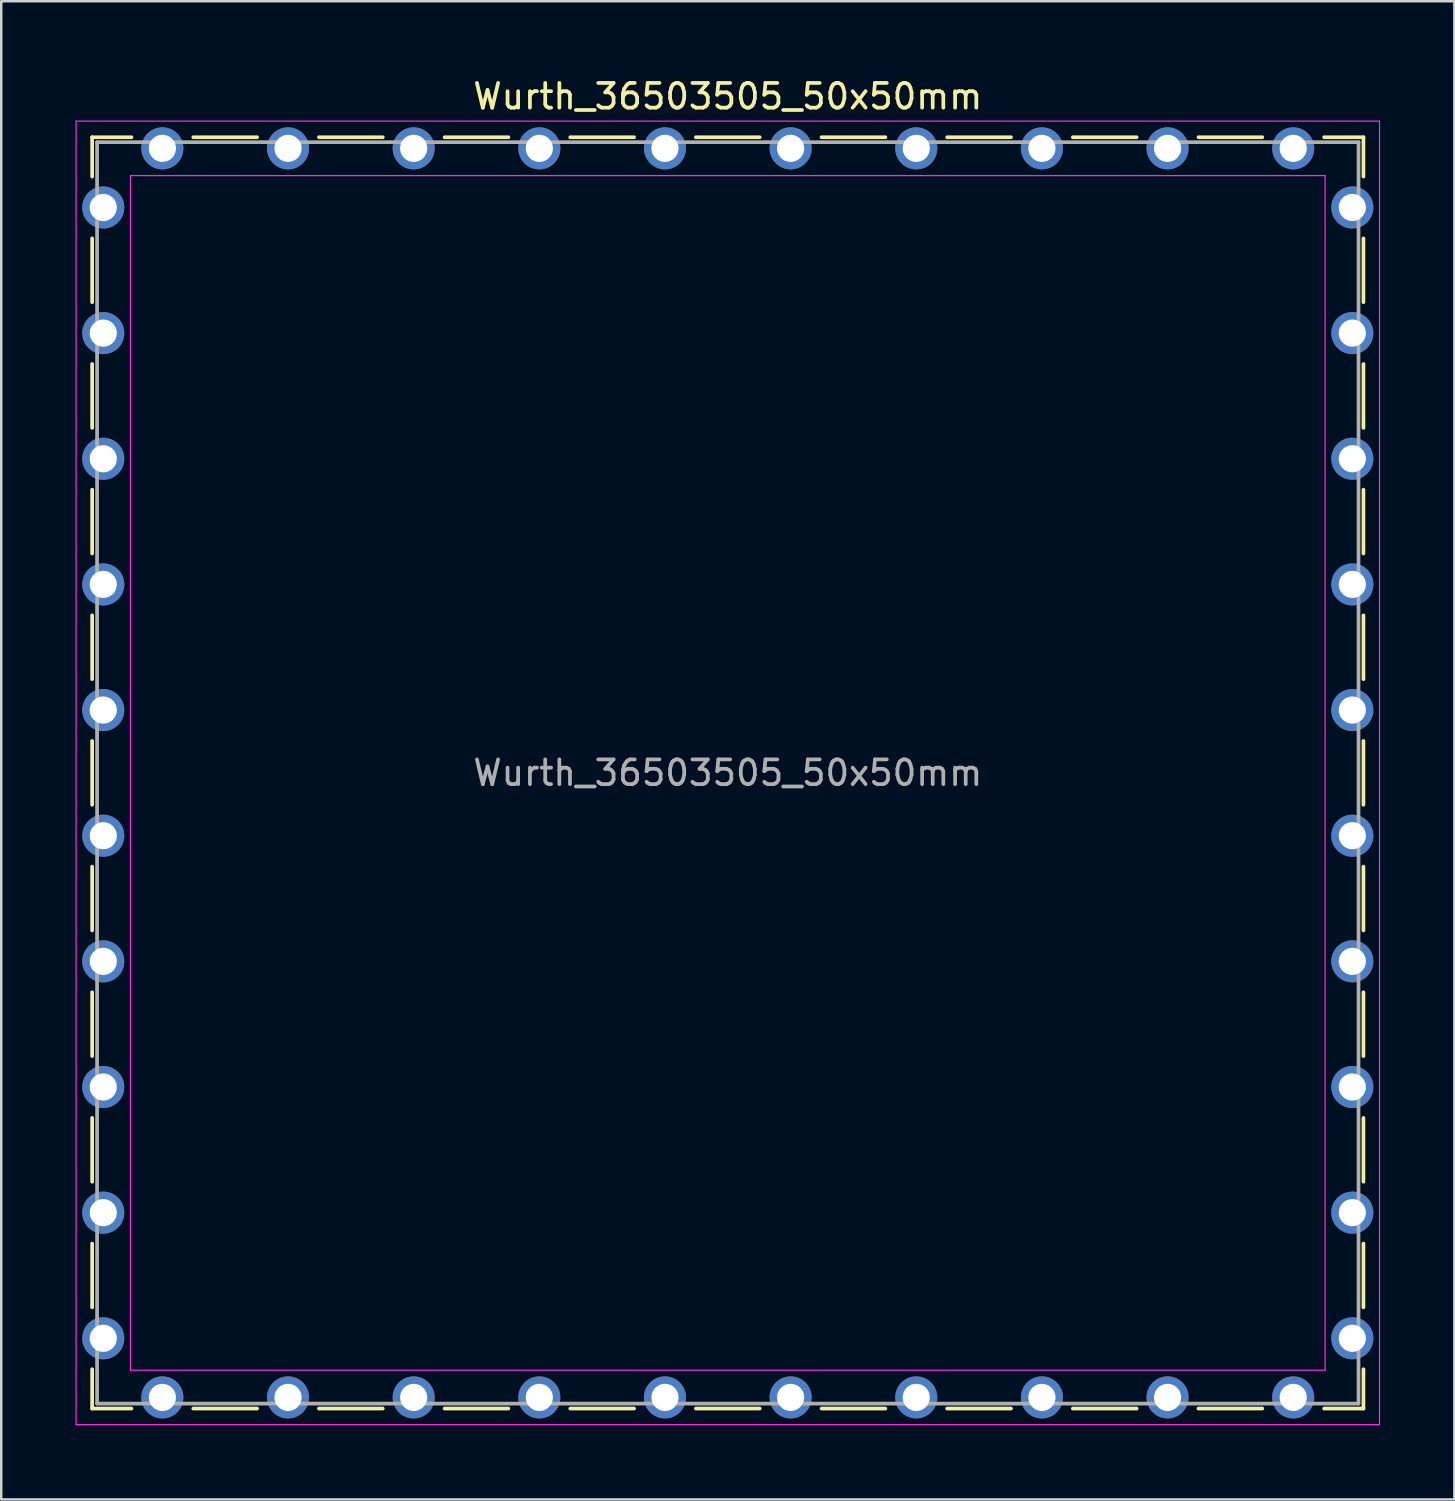
<source format=kicad_pcb>
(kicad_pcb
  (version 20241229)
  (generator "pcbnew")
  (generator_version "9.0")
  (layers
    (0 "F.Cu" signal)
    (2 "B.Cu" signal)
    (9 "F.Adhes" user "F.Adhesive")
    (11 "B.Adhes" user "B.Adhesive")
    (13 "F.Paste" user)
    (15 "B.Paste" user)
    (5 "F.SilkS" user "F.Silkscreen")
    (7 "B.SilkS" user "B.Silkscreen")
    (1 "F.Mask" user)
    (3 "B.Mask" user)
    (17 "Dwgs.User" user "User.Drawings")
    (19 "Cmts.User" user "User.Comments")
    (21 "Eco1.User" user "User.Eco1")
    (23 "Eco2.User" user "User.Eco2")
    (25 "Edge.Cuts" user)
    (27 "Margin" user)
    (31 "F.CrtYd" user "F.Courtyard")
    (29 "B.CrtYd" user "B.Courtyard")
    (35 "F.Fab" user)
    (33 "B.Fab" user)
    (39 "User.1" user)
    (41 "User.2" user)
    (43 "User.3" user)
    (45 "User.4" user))
  (footprint "Wurth_36503505_50x50mm"
    (layer "F.Cu")
    (at 26.375 28.198)
    (property "Reference" "Wurth_36503505_50x50mm" (at 0 -27.35 0) (layer "F.SilkS") (effects (font (size 1 1) (thickness 0.15))))
    (attr through_hole)
    (fp_line (start -25.7 -25.7) (end -24.11 -25.7) (stroke (width 0.15) (type solid)) (layer "F.SilkS"))
    (fp_line (start -25.7 -24.11) (end -25.7 -25.7) (stroke (width 0.15) (type solid)) (layer "F.SilkS"))
    (fp_line (start -25.7 -19.03) (end -25.7 -21.61) (stroke (width 0.15) (type solid)) (layer "F.SilkS"))
    (fp_line (start -25.7 -13.95) (end -25.7 -16.53) (stroke (width 0.15) (type solid)) (layer "F.SilkS"))
    (fp_line (start -25.7 -8.87) (end -25.7 -11.45) (stroke (width 0.15) (type solid)) (layer "F.SilkS"))
    (fp_line (start -25.7 -3.79) (end -25.7 -6.37) (stroke (width 0.15) (type solid)) (layer "F.SilkS"))
    (fp_line (start -25.7 -1.29) (end -25.7 1.29) (stroke (width 0.15) (type solid)) (layer "F.SilkS"))
    (fp_line (start -25.7 3.79) (end -25.7 6.37) (stroke (width 0.15) (type solid)) (layer "F.SilkS"))
    (fp_line (start -25.7 8.87) (end -25.7 11.45) (stroke (width 0.15) (type solid)) (layer "F.SilkS"))
    (fp_line (start -25.7 13.95) (end -25.7 16.53) (stroke (width 0.15) (type solid)) (layer "F.SilkS"))
    (fp_line (start -25.7 19.03) (end -25.7 21.61) (stroke (width 0.15) (type solid)) (layer "F.SilkS"))
    (fp_line (start -25.7 24.11) (end -25.7 25.7) (stroke (width 0.15) (type solid)) (layer "F.SilkS"))
    (fp_line (start -25.7 25.7) (end -24.11 25.7) (stroke (width 0.15) (type solid)) (layer "F.SilkS"))
    (fp_line (start -19.03 -25.7) (end -21.61 -25.7) (stroke (width 0.15) (type solid)) (layer "F.SilkS"))
    (fp_line (start -19.03 25.7) (end -21.61 25.7) (stroke (width 0.15) (type solid)) (layer "F.SilkS"))
    (fp_line (start -13.95 -25.7) (end -16.53 -25.7) (stroke (width 0.15) (type solid)) (layer "F.SilkS"))
    (fp_line (start -13.95 25.7) (end -16.53 25.7) (stroke (width 0.15) (type solid)) (layer "F.SilkS"))
    (fp_line (start -8.87 -25.7) (end -11.45 -25.7) (stroke (width 0.15) (type solid)) (layer "F.SilkS"))
    (fp_line (start -8.87 25.7) (end -11.45 25.7) (stroke (width 0.15) (type solid)) (layer "F.SilkS"))
    (fp_line (start -3.79 -25.7) (end -6.37 -25.7) (stroke (width 0.15) (type solid)) (layer "F.SilkS"))
    (fp_line (start -3.79 25.7) (end -6.37 25.7) (stroke (width 0.15) (type solid)) (layer "F.SilkS"))
    (fp_line (start 1.29 -25.7) (end -1.29 -25.7) (stroke (width 0.15) (type solid)) (layer "F.SilkS"))
    (fp_line (start 1.29 25.7) (end -1.29 25.7) (stroke (width 0.15) (type solid)) (layer "F.SilkS"))
    (fp_line (start 3.79 -25.7) (end 6.37 -25.7) (stroke (width 0.15) (type solid)) (layer "F.SilkS"))
    (fp_line (start 3.79 25.7) (end 6.37 25.7) (stroke (width 0.15) (type solid)) (layer "F.SilkS"))
    (fp_line (start 8.87 -25.7) (end 11.45 -25.7) (stroke (width 0.15) (type solid)) (layer "F.SilkS"))
    (fp_line (start 8.87 25.7) (end 11.45 25.7) (stroke (width 0.15) (type solid)) (layer "F.SilkS"))
    (fp_line (start 13.95 -25.7) (end 16.53 -25.7) (stroke (width 0.15) (type solid)) (layer "F.SilkS"))
    (fp_line (start 13.95 25.7) (end 16.53 25.7) (stroke (width 0.15) (type solid)) (layer "F.SilkS"))
    (fp_line (start 19.03 -25.7) (end 21.61 -25.7) (stroke (width 0.15) (type solid)) (layer "F.SilkS"))
    (fp_line (start 19.03 25.7) (end 21.61 25.7) (stroke (width 0.15) (type solid)) (layer "F.SilkS"))
    (fp_line (start 25.7 -25.7) (end 24.11 -25.7) (stroke (width 0.15) (type solid)) (layer "F.SilkS"))
    (fp_line (start 25.7 -24.11) (end 25.7 -25.7) (stroke (width 0.15) (type solid)) (layer "F.SilkS"))
    (fp_line (start 25.7 -19.03) (end 25.7 -21.61) (stroke (width 0.15) (type solid)) (layer "F.SilkS"))
    (fp_line (start 25.7 -13.95) (end 25.7 -16.53) (stroke (width 0.15) (type solid)) (layer "F.SilkS"))
    (fp_line (start 25.7 -8.87) (end 25.7 -11.45) (stroke (width 0.15) (type solid)) (layer "F.SilkS"))
    (fp_line (start 25.7 -3.79) (end 25.7 -6.37) (stroke (width 0.15) (type solid)) (layer "F.SilkS"))
    (fp_line (start 25.7 1.29) (end 25.7 -1.29) (stroke (width 0.15) (type solid)) (layer "F.SilkS"))
    (fp_line (start 25.7 3.79) (end 25.7 6.37) (stroke (width 0.15) (type solid)) (layer "F.SilkS"))
    (fp_line (start 25.7 8.87) (end 25.7 11.45) (stroke (width 0.15) (type solid)) (layer "F.SilkS"))
    (fp_line (start 25.7 13.95) (end 25.7 16.53) (stroke (width 0.15) (type solid)) (layer "F.SilkS"))
    (fp_line (start 25.7 19.03) (end 25.7 21.61) (stroke (width 0.15) (type solid)) (layer "F.SilkS"))
    (fp_line (start 25.7 24.11) (end 25.7 25.7) (stroke (width 0.15) (type solid)) (layer "F.SilkS"))
    (fp_line (start 25.7 25.7) (end 24.11 25.7) (stroke (width 0.15) (type solid)) (layer "F.SilkS"))
    (fp_line (start -26.35 -26.35) (end -26.35 26.35) (stroke (width 0.05) (type solid)) (layer "F.CrtYd"))
    (fp_line (start -26.35 26.35) (end 26.35 26.35) (stroke (width 0.05) (type solid)) (layer "F.CrtYd"))
    (fp_line (start -24.15 -24.15) (end -24.15 24.15) (stroke (width 0.05) (type solid)) (layer "F.CrtYd"))
    (fp_line (start -24.15 24.15) (end 24.15 24.15) (stroke (width 0.05) (type solid)) (layer "F.CrtYd"))
    (fp_line (start 24.15 -24.15) (end -24.15 -24.15) (stroke (width 0.05) (type solid)) (layer "F.CrtYd"))
    (fp_line (start 24.15 24.15) (end 24.15 -24.15) (stroke (width 0.05) (type solid)) (layer "F.CrtYd"))
    (fp_line (start 26.35 -26.35) (end -26.35 -26.35) (stroke (width 0.05) (type solid)) (layer "F.CrtYd"))
    (fp_line (start 26.35 26.35) (end 26.35 -26.35) (stroke (width 0.05) (type solid)) (layer "F.CrtYd"))
    (fp_line (start -25.5 -25.5) (end -25.5 25.5) (stroke (width 0.15) (type solid)) (layer "F.Fab"))
    (fp_line (start -25.5 25.5) (end 25.5 25.5) (stroke (width 0.15) (type solid)) (layer "F.Fab"))
    (fp_line (start 25.5 -25.5) (end -25.5 -25.5) (stroke (width 0.15) (type solid)) (layer "F.Fab"))
    (fp_line (start 25.5 25.5) (end 25.5 -25.5) (stroke (width 0.15) (type solid)) (layer "F.Fab"))
    (fp_text user "${REFERENCE}" (at 0 0 0) (layer "F.Fab") (effects (font (size 1 1) (thickness 0.15))))
    (pad "1" thru_hole circle (at -25.25 -22.86) (size 1.7 1.7) (drill 1.1) (layers "*.Cu" "*.Mask"))
    (pad "1" thru_hole circle (at -25.25 -17.78) (size 1.7 1.7) (drill 1.1) (layers "*.Cu" "*.Mask"))
    (pad "1" thru_hole circle (at -25.25 -12.7) (size 1.7 1.7) (drill 1.1) (layers "*.Cu" "*.Mask"))
    (pad "1" thru_hole circle (at -25.25 -7.62) (size 1.7 1.7) (drill 1.1) (layers "*.Cu" "*.Mask"))
    (pad "1" thru_hole circle (at -25.25 -2.54) (size 1.7 1.7) (drill 1.1) (layers "*.Cu" "*.Mask"))
    (pad "1" thru_hole circle (at -25.25 2.54) (size 1.7 1.7) (drill 1.1) (layers "*.Cu" "*.Mask"))
    (pad "1" thru_hole circle (at -25.25 7.62) (size 1.7 1.7) (drill 1.1) (layers "*.Cu" "*.Mask"))
    (pad "1" thru_hole circle (at -25.25 12.7) (size 1.7 1.7) (drill 1.1) (layers "*.Cu" "*.Mask"))
    (pad "1" thru_hole circle (at -25.25 17.78) (size 1.7 1.7) (drill 1.1) (layers "*.Cu" "*.Mask"))
    (pad "1" thru_hole circle (at -25.25 22.86) (size 1.7 1.7) (drill 1.1) (layers "*.Cu" "*.Mask"))
    (pad "1" thru_hole circle (at -22.86 -25.25) (size 1.7 1.7) (drill 1.1) (layers "*.Cu" "*.Mask"))
    (pad "1" thru_hole circle (at -22.86 25.25) (size 1.7 1.7) (drill 1.1) (layers "*.Cu" "*.Mask"))
    (pad "1" thru_hole circle (at -17.78 -25.25) (size 1.7 1.7) (drill 1.1) (layers "*.Cu" "*.Mask"))
    (pad "1" thru_hole circle (at -17.78 25.25) (size 1.7 1.7) (drill 1.1) (layers "*.Cu" "*.Mask"))
    (pad "1" thru_hole circle (at -12.7 -25.25) (size 1.7 1.7) (drill 1.1) (layers "*.Cu" "*.Mask"))
    (pad "1" thru_hole circle (at -12.7 25.25) (size 1.7 1.7) (drill 1.1) (layers "*.Cu" "*.Mask"))
    (pad "1" thru_hole circle (at -7.62 -25.25) (size 1.7 1.7) (drill 1.1) (layers "*.Cu" "*.Mask"))
    (pad "1" thru_hole circle (at -7.62 25.25) (size 1.7 1.7) (drill 1.1) (layers "*.Cu" "*.Mask"))
    (pad "1" thru_hole circle (at -2.54 -25.25) (size 1.7 1.7) (drill 1.1) (layers "*.Cu" "*.Mask"))
    (pad "1" thru_hole circle (at -2.54 25.25) (size 1.7 1.7) (drill 1.1) (layers "*.Cu" "*.Mask"))
    (pad "1" thru_hole circle (at 2.54 -25.25) (size 1.7 1.7) (drill 1.1) (layers "*.Cu" "*.Mask"))
    (pad "1" thru_hole circle (at 2.54 25.25) (size 1.7 1.7) (drill 1.1) (layers "*.Cu" "*.Mask"))
    (pad "1" thru_hole circle (at 7.62 -25.25) (size 1.7 1.7) (drill 1.1) (layers "*.Cu" "*.Mask"))
    (pad "1" thru_hole circle (at 7.62 25.25) (size 1.7 1.7) (drill 1.1) (layers "*.Cu" "*.Mask"))
    (pad "1" thru_hole circle (at 12.7 -25.25) (size 1.7 1.7) (drill 1.1) (layers "*.Cu" "*.Mask"))
    (pad "1" thru_hole circle (at 12.7 25.25) (size 1.7 1.7) (drill 1.1) (layers "*.Cu" "*.Mask"))
    (pad "1" thru_hole circle (at 17.78 -25.25) (size 1.7 1.7) (drill 1.1) (layers "*.Cu" "*.Mask"))
    (pad "1" thru_hole circle (at 17.78 25.25) (size 1.7 1.7) (drill 1.1) (layers "*.Cu" "*.Mask"))
    (pad "1" thru_hole circle (at 22.86 -25.25) (size 1.7 1.7) (drill 1.1) (layers "*.Cu" "*.Mask"))
    (pad "1" thru_hole circle (at 22.86 25.25) (size 1.7 1.7) (drill 1.1) (layers "*.Cu" "*.Mask"))
    (pad "1" thru_hole circle (at 25.25 -22.86) (size 1.7 1.7) (drill 1.1) (layers "*.Cu" "*.Mask"))
    (pad "1" thru_hole circle (at 25.25 -17.78) (size 1.7 1.7) (drill 1.1) (layers "*.Cu" "*.Mask"))
    (pad "1" thru_hole circle (at 25.25 -12.7) (size 1.7 1.7) (drill 1.1) (layers "*.Cu" "*.Mask"))
    (pad "1" thru_hole circle (at 25.25 -7.62) (size 1.7 1.7) (drill 1.1) (layers "*.Cu" "*.Mask"))
    (pad "1" thru_hole circle (at 25.25 -2.54) (size 1.7 1.7) (drill 1.1) (layers "*.Cu" "*.Mask"))
    (pad "1" thru_hole circle (at 25.25 2.54) (size 1.7 1.7) (drill 1.1) (layers "*.Cu" "*.Mask"))
    (pad "1" thru_hole circle (at 25.25 7.62) (size 1.7 1.7) (drill 1.1) (layers "*.Cu" "*.Mask"))
    (pad "1" thru_hole circle (at 25.25 12.7) (size 1.7 1.7) (drill 1.1) (layers "*.Cu" "*.Mask"))
    (pad "1" thru_hole circle (at 25.25 17.78) (size 1.7 1.7) (drill 1.1) (layers "*.Cu" "*.Mask"))
    (pad "1" thru_hole circle (at 25.25 22.86) (size 1.7 1.7) (drill 1.1) (layers "*.Cu" "*.Mask")))
  (gr_rect
    (start -3 -3)
    (end 55.75 57.573)
    (stroke (width 0.1) (type default))
    (fill no)
    (layer "Edge.Cuts")))
</source>
